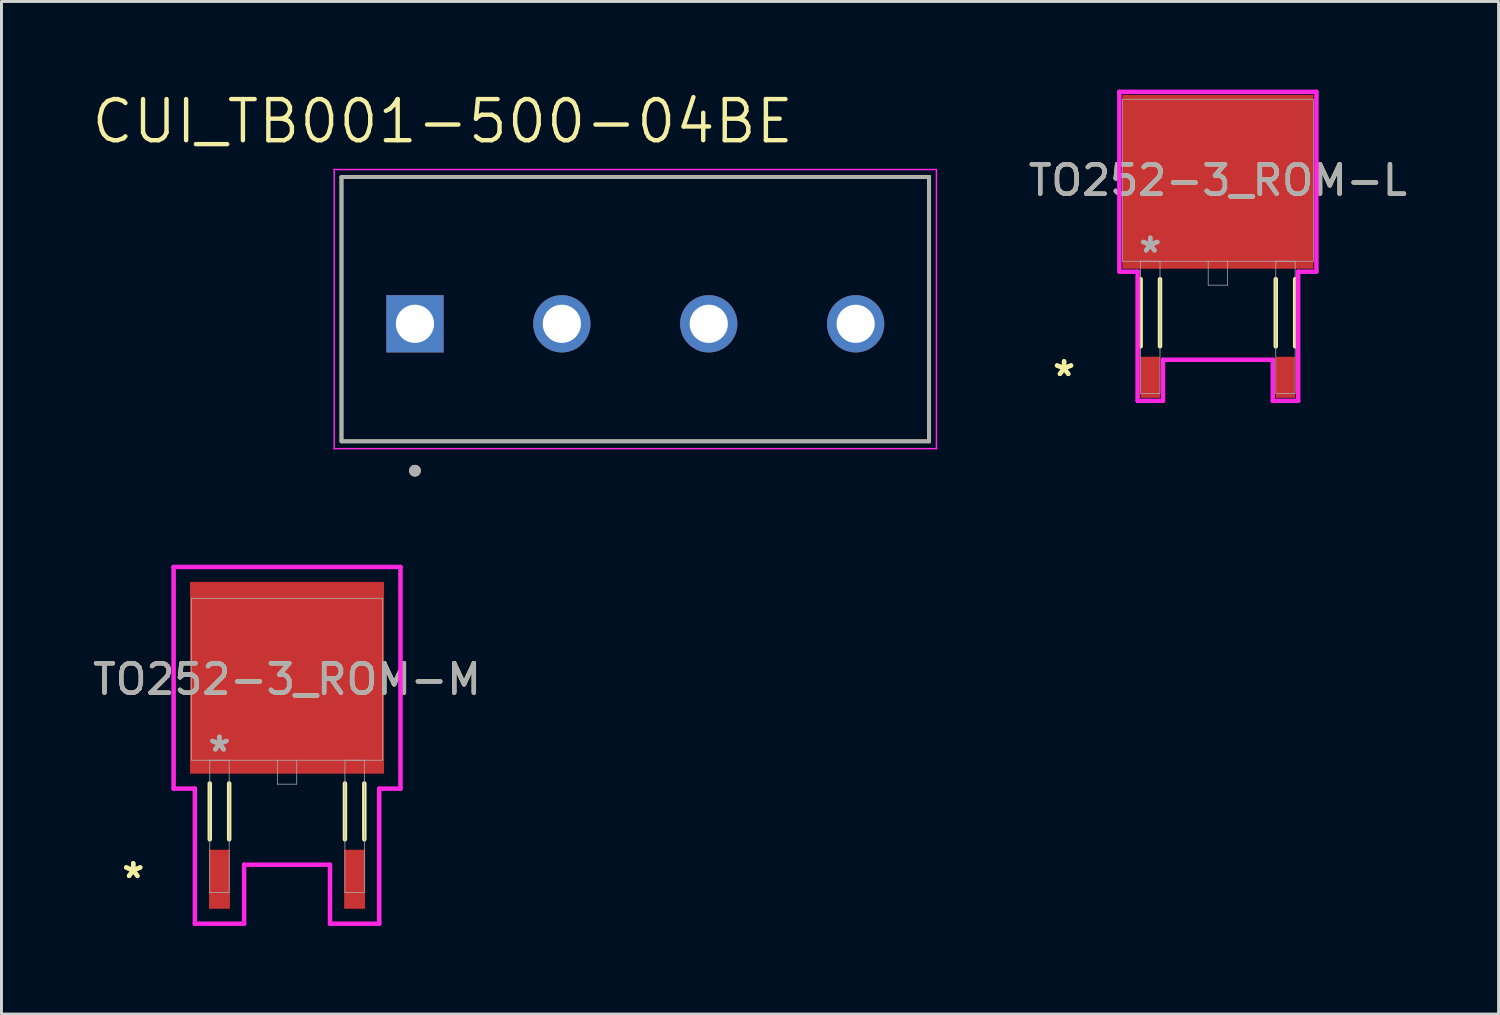
<source format=kicad_pcb>
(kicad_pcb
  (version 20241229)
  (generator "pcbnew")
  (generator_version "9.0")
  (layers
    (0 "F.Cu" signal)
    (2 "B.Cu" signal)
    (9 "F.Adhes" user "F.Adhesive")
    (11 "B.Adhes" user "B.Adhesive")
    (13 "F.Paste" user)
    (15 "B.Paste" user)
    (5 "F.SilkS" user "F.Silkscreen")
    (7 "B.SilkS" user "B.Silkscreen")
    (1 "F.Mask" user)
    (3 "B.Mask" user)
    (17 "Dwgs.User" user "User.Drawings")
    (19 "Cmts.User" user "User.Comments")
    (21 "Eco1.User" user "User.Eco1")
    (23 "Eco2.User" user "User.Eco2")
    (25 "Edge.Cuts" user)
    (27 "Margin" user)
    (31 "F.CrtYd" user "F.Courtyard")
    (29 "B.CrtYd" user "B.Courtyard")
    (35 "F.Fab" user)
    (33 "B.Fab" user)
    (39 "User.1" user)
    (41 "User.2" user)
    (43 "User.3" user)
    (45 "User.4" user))
  (footprint "TO252-3_ROM-L"
    (layer "F.Cu")
    (at 38.402 3.086)
    (property "Reference" "TO252-3_ROM-L" (at 0 0 0) (unlocked yes) (layer "F.SilkS") (effects (font (size 1 1) (thickness 0.15))))
    (attr smd)
    (fp_line (start -2.63 3.365) (end -2.63 5.652) (stroke (width 0.152) (type solid)) (layer "F.SilkS"))
    (fp_line (start -1.97 3.365) (end -1.97 5.652) (stroke (width 0.152) (type solid)) (layer "F.SilkS"))
    (fp_line (start 1.97 3.365) (end 1.97 5.652) (stroke (width 0.152) (type solid)) (layer "F.SilkS"))
    (fp_line (start 2.63 3.365) (end 2.63 5.652) (stroke (width 0.152) (type solid)) (layer "F.SilkS"))
    (fp_line (start -3.353 -3.01) (end 3.353 -3.01) (stroke (width 0.152) (type solid)) (layer "F.CrtYd"))
    (fp_line (start -3.353 3.111) (end -3.353 -3.01) (stroke (width 0.152) (type solid)) (layer "F.CrtYd"))
    (fp_line (start -2.732 3.111) (end -3.353 3.111) (stroke (width 0.152) (type solid)) (layer "F.CrtYd"))
    (fp_line (start -2.732 7.506) (end -2.732 3.111) (stroke (width 0.152) (type solid)) (layer "F.CrtYd"))
    (fp_line (start -1.868 6.109) (end -1.868 7.506) (stroke (width 0.152) (type solid)) (layer "F.CrtYd"))
    (fp_line (start -1.868 7.506) (end -2.732 7.506) (stroke (width 0.152) (type solid)) (layer "F.CrtYd"))
    (fp_line (start 1.868 6.109) (end -1.868 6.109) (stroke (width 0.152) (type solid)) (layer "F.CrtYd"))
    (fp_line (start 1.868 7.506) (end 1.868 6.109) (stroke (width 0.152) (type solid)) (layer "F.CrtYd"))
    (fp_line (start 2.732 3.111) (end 2.732 7.506) (stroke (width 0.152) (type solid)) (layer "F.CrtYd"))
    (fp_line (start 2.732 7.506) (end 1.868 7.506) (stroke (width 0.152) (type solid)) (layer "F.CrtYd"))
    (fp_line (start 3.353 -3.01) (end 3.353 3.111) (stroke (width 0.152) (type solid)) (layer "F.CrtYd"))
    (fp_line (start 3.353 3.111) (end 2.732 3.111) (stroke (width 0.152) (type solid)) (layer "F.CrtYd"))
    (fp_line (start -3.251 -2.756) (end -3.251 2.756) (stroke (width 0.025) (type solid)) (layer "F.Fab"))
    (fp_line (start -3.251 2.756) (end 3.251 2.756) (stroke (width 0.025) (type solid)) (layer "F.Fab"))
    (fp_line (start -2.63 2.756) (end -2.63 7.252) (stroke (width 0.025) (type solid)) (layer "F.Fab"))
    (fp_line (start -2.63 7.252) (end -1.97 7.252) (stroke (width 0.025) (type solid)) (layer "F.Fab"))
    (fp_line (start -1.97 2.756) (end -2.63 2.756) (stroke (width 0.025) (type solid)) (layer "F.Fab"))
    (fp_line (start -1.97 7.252) (end -1.97 2.756) (stroke (width 0.025) (type solid)) (layer "F.Fab"))
    (fp_line (start -0.33 2.756) (end -0.33 3.569) (stroke (width 0.025) (type solid)) (layer "F.Fab"))
    (fp_line (start -0.33 3.569) (end 0.33 3.569) (stroke (width 0.025) (type solid)) (layer "F.Fab"))
    (fp_line (start 0.33 3.569) (end 0.33 2.756) (stroke (width 0.025) (type solid)) (layer "F.Fab"))
    (fp_line (start 1.97 2.756) (end 1.97 7.252) (stroke (width 0.025) (type solid)) (layer "F.Fab"))
    (fp_line (start 1.97 7.252) (end 2.63 7.252) (stroke (width 0.025) (type solid)) (layer "F.Fab"))
    (fp_line (start 2.63 2.756) (end 1.97 2.756) (stroke (width 0.025) (type solid)) (layer "F.Fab"))
    (fp_line (start 2.63 7.252) (end 2.63 2.756) (stroke (width 0.025) (type solid)) (layer "F.Fab"))
    (fp_line (start 3.251 -2.756) (end -3.251 -2.756) (stroke (width 0.025) (type solid)) (layer "F.Fab"))
    (fp_line (start 3.251 2.756) (end 3.251 -2.756) (stroke (width 0.025) (type solid)) (layer "F.Fab"))
    (fp_text user "*" (at -5.235 6.706 0) (unlocked yes) (layer "F.SilkS") (effects (font (size 1 1) (thickness 0.15))))
    (fp_text user "*" (at -5.235 6.706 0) (layer "F.SilkS") (effects (font (size 1 1) (thickness 0.15))))
    (fp_text user "*" (at -2.3 2.502 0) (unlocked yes) (layer "F.Fab") (effects (font (size 1 1) (thickness 0.15))))
    (fp_text user "*" (at -2.3 2.502 0) (layer "F.Fab") (effects (font (size 1 1) (thickness 0.15))))
    (fp_text user "${REFERENCE}" (at 0 0 0) (unlocked yes) (layer "F.Fab") (effects (font (size 1 1) (thickness 0.15))))
    (pad "1" smd rect (at -2.3 6.706) (size 0.66 1.397) (layers "F.Cu" "F.Mask" "F.Paste"))
    (pad "2" smd rect (at 0 0.051) (size 6.502 5.918) (layers "F.Cu" "F.Mask" "F.Paste"))
    (pad "3" smd rect (at 2.3 6.706) (size 0.66 1.397) (layers "F.Cu" "F.Mask" "F.Paste")))
  (footprint "CUI_TB001-500-04BE"
    (layer "F.Cu")
    (at 11.073 7.971)
    (property "Reference" "CUI_TB001-500-04BE" (at 0.945 -6.889 0) (layer "F.SilkS") (effects (font (size 1.4 1.4) (thickness 0.15))))
    (attr through_hole)
    (fp_line (start -2.5 -5) (end 17.5 -5) (stroke (width 0.127) (type solid)) (layer "F.SilkS"))
    (fp_line (start -2.5 4) (end -2.5 -5) (stroke (width 0.127) (type solid)) (layer "F.SilkS"))
    (fp_line (start 17.5 -5) (end 17.5 4) (stroke (width 0.127) (type solid)) (layer "F.SilkS"))
    (fp_line (start 17.5 4) (end -2.5 4) (stroke (width 0.127) (type solid)) (layer "F.SilkS"))
    (fp_circle (center 0 5) (end 0.1 5) (stroke (width 0.2) (type solid)) (fill no) (layer "F.SilkS"))
    (fp_line (start -2.75 -5.25) (end 17.75 -5.25) (stroke (width 0.05) (type solid)) (layer "F.CrtYd"))
    (fp_line (start -2.75 4.25) (end -2.75 -5.25) (stroke (width 0.05) (type solid)) (layer "F.CrtYd"))
    (fp_line (start 17.75 -5.25) (end 17.75 4.25) (stroke (width 0.05) (type solid)) (layer "F.CrtYd"))
    (fp_line (start 17.75 4.25) (end -2.75 4.25) (stroke (width 0.05) (type solid)) (layer "F.CrtYd"))
    (fp_line (start -2.5 -5) (end 17.5 -5) (stroke (width 0.127) (type solid)) (layer "F.Fab"))
    (fp_line (start -2.5 4) (end -2.5 -5) (stroke (width 0.127) (type solid)) (layer "F.Fab"))
    (fp_line (start 17.5 -5) (end 17.5 4) (stroke (width 0.127) (type solid)) (layer "F.Fab"))
    (fp_line (start 17.5 4) (end -2.5 4) (stroke (width 0.127) (type solid)) (layer "F.Fab"))
    (fp_circle (center 0 5) (end 0.1 5) (stroke (width 0.2) (type solid)) (fill no) (layer "F.Fab"))
    (pad "1" thru_hole rect (at 0 0) (size 1.95 1.95) (drill 1.3) (layers "*.Cu" "*.Mask"))
    (pad "2" thru_hole circle (at 5 0) (size 1.95 1.95) (drill 1.3) (layers "*.Cu" "*.Mask"))
    (pad "3" thru_hole circle (at 10 0) (size 1.95 1.95) (drill 1.3) (layers "*.Cu" "*.Mask"))
    (pad "4" thru_hole circle (at 15 0) (size 1.95 1.95) (drill 1.3) (layers "*.Cu" "*.Mask")))
  (footprint "TO252-3_ROM-M"
    (layer "F.Cu")
    (at 6.72 20.07)
    (property "Reference" "TO252-3_ROM-M" (at 0 0 0) (unlocked yes) (layer "F.SilkS") (effects (font (size 1 1) (thickness 0.15))))
    (attr smd)
    (fp_line (start -2.63 3.546) (end -2.63 5.448) (stroke (width 0.152) (type solid)) (layer "F.SilkS"))
    (fp_line (start -1.97 3.546) (end -1.97 5.448) (stroke (width 0.152) (type solid)) (layer "F.SilkS"))
    (fp_line (start 1.97 3.546) (end 1.97 5.448) (stroke (width 0.152) (type solid)) (layer "F.SilkS"))
    (fp_line (start 2.63 3.546) (end 2.63 5.448) (stroke (width 0.152) (type solid)) (layer "F.SilkS"))
    (fp_line (start -3.861 -3.823) (end 3.861 -3.823) (stroke (width 0.152) (type solid)) (layer "F.CrtYd"))
    (fp_line (start -3.861 3.721) (end -3.861 -3.823) (stroke (width 0.152) (type solid)) (layer "F.CrtYd"))
    (fp_line (start -3.138 3.721) (end -3.861 3.721) (stroke (width 0.152) (type solid)) (layer "F.CrtYd"))
    (fp_line (start -3.138 8.319) (end -3.138 3.721) (stroke (width 0.152) (type solid)) (layer "F.CrtYd"))
    (fp_line (start -1.462 6.312) (end -1.462 8.319) (stroke (width 0.152) (type solid)) (layer "F.CrtYd"))
    (fp_line (start -1.462 8.319) (end -3.138 8.319) (stroke (width 0.152) (type solid)) (layer "F.CrtYd"))
    (fp_line (start 1.462 6.312) (end -1.462 6.312) (stroke (width 0.152) (type solid)) (layer "F.CrtYd"))
    (fp_line (start 1.462 8.319) (end 1.462 6.312) (stroke (width 0.152) (type solid)) (layer "F.CrtYd"))
    (fp_line (start 3.138 3.721) (end 3.138 8.319) (stroke (width 0.152) (type solid)) (layer "F.CrtYd"))
    (fp_line (start 3.138 8.319) (end 1.462 8.319) (stroke (width 0.152) (type solid)) (layer "F.CrtYd"))
    (fp_line (start 3.861 -3.823) (end 3.861 3.721) (stroke (width 0.152) (type solid)) (layer "F.CrtYd"))
    (fp_line (start 3.861 3.721) (end 3.138 3.721) (stroke (width 0.152) (type solid)) (layer "F.CrtYd"))
    (fp_line (start -3.251 -2.756) (end -3.251 2.756) (stroke (width 0.025) (type solid)) (layer "F.Fab"))
    (fp_line (start -3.251 2.756) (end 3.251 2.756) (stroke (width 0.025) (type solid)) (layer "F.Fab"))
    (fp_line (start -2.63 2.756) (end -2.63 7.252) (stroke (width 0.025) (type solid)) (layer "F.Fab"))
    (fp_line (start -2.63 7.252) (end -1.97 7.252) (stroke (width 0.025) (type solid)) (layer "F.Fab"))
    (fp_line (start -1.97 2.756) (end -2.63 2.756) (stroke (width 0.025) (type solid)) (layer "F.Fab"))
    (fp_line (start -1.97 7.252) (end -1.97 2.756) (stroke (width 0.025) (type solid)) (layer "F.Fab"))
    (fp_line (start -0.33 2.756) (end -0.33 3.569) (stroke (width 0.025) (type solid)) (layer "F.Fab"))
    (fp_line (start -0.33 3.569) (end 0.33 3.569) (stroke (width 0.025) (type solid)) (layer "F.Fab"))
    (fp_line (start 0.33 3.569) (end 0.33 2.756) (stroke (width 0.025) (type solid)) (layer "F.Fab"))
    (fp_line (start 1.97 2.756) (end 1.97 7.252) (stroke (width 0.025) (type solid)) (layer "F.Fab"))
    (fp_line (start 1.97 7.252) (end 2.63 7.252) (stroke (width 0.025) (type solid)) (layer "F.Fab"))
    (fp_line (start 2.63 2.756) (end 1.97 2.756) (stroke (width 0.025) (type solid)) (layer "F.Fab"))
    (fp_line (start 2.63 7.252) (end 2.63 2.756) (stroke (width 0.025) (type solid)) (layer "F.Fab"))
    (fp_line (start 3.251 -2.756) (end -3.251 -2.756) (stroke (width 0.025) (type solid)) (layer "F.Fab"))
    (fp_line (start 3.251 2.756) (end 3.251 -2.756) (stroke (width 0.025) (type solid)) (layer "F.Fab"))
    (fp_text user "*" (at -5.235 6.807 0) (unlocked yes) (layer "F.SilkS") (effects (font (size 1 1) (thickness 0.15))))
    (fp_text user "*" (at -5.235 6.807 0) (layer "F.SilkS") (effects (font (size 1 1) (thickness 0.15))))
    (fp_text user "*" (at -2.3 2.502 0) (layer "F.Fab") (effects (font (size 1 1) (thickness 0.15))))
    (fp_text user "*" (at -2.3 2.502 0) (unlocked yes) (layer "F.Fab") (effects (font (size 1 1) (thickness 0.15))))
    (fp_text user "${REFERENCE}" (at 0 0 0) (unlocked yes) (layer "F.Fab") (effects (font (size 1 1) (thickness 0.15))))
    (pad "1" smd rect (at -2.3 6.807) (size 0.711 2.007) (layers "F.Cu" "F.Mask" "F.Paste"))
    (pad "2" smd rect (at 0 -0.051) (size 6.604 6.528) (layers "F.Cu" "F.Mask" "F.Paste"))
    (pad "3" smd rect (at 2.3 6.807) (size 0.711 2.007) (layers "F.Cu" "F.Mask" "F.Paste")))
  (gr_rect
    (start -3 -3)
    (end 47.955 31.465)
    (stroke (width 0.1) (type default))
    (fill no)
    (layer "Edge.Cuts")))
</source>
